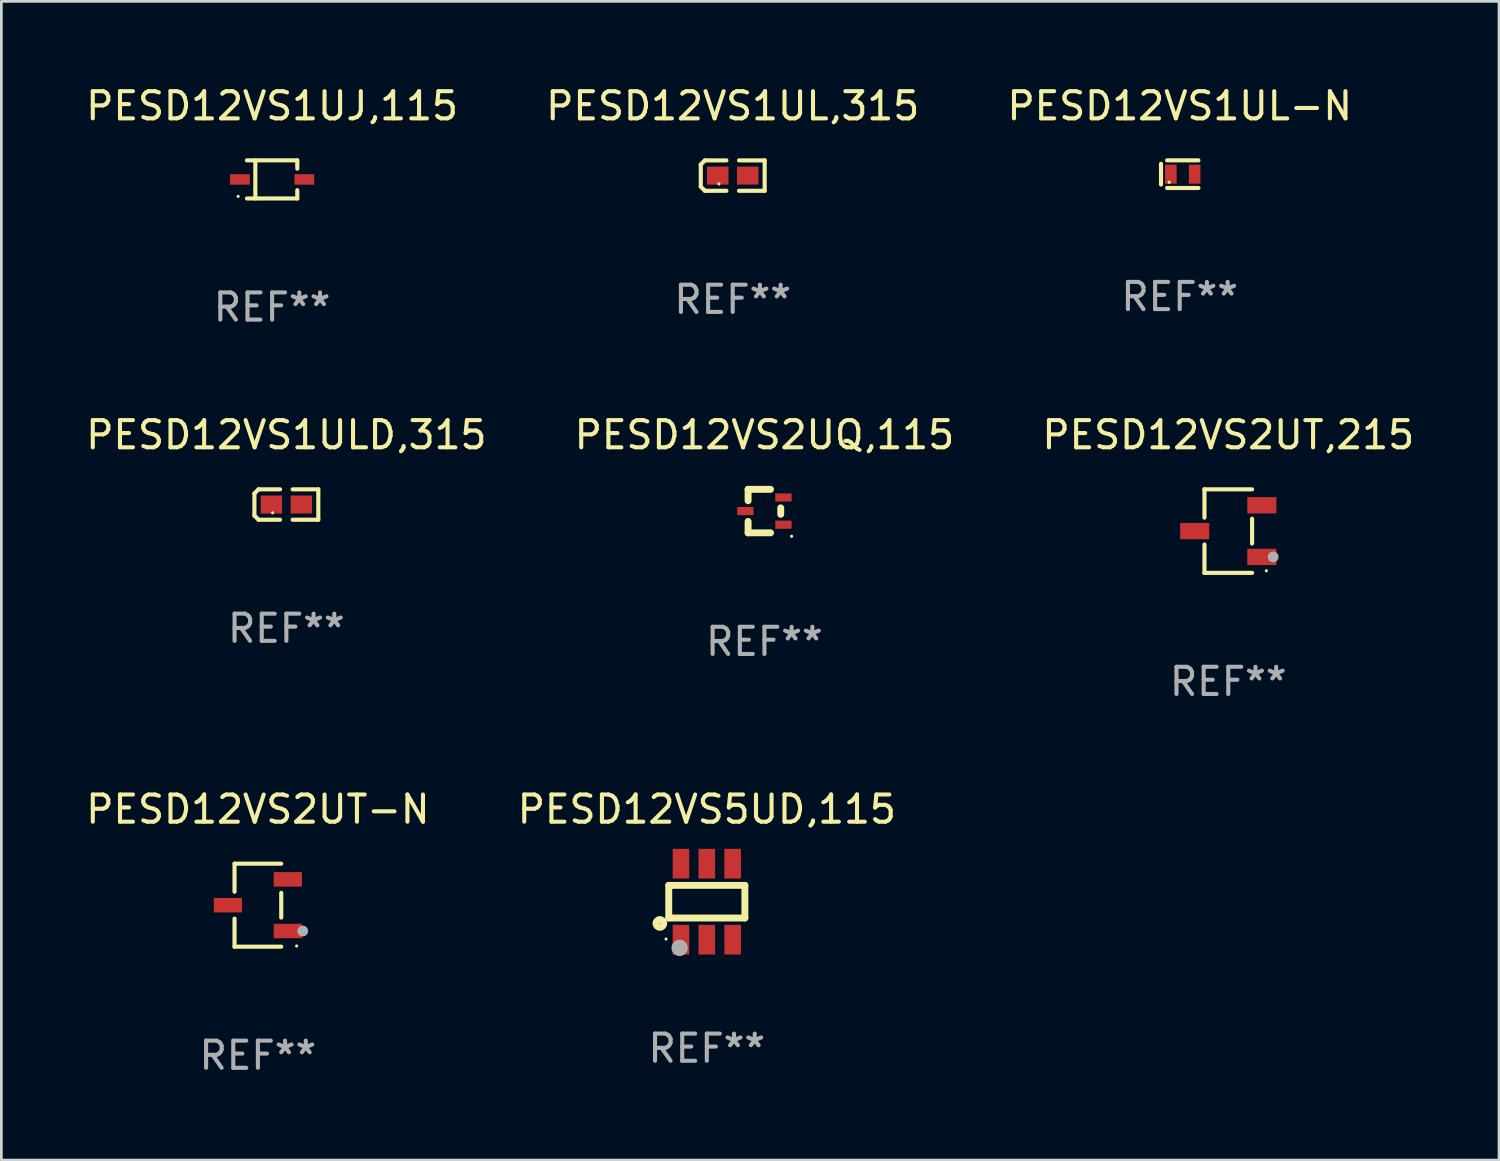
<source format=kicad_pcb>
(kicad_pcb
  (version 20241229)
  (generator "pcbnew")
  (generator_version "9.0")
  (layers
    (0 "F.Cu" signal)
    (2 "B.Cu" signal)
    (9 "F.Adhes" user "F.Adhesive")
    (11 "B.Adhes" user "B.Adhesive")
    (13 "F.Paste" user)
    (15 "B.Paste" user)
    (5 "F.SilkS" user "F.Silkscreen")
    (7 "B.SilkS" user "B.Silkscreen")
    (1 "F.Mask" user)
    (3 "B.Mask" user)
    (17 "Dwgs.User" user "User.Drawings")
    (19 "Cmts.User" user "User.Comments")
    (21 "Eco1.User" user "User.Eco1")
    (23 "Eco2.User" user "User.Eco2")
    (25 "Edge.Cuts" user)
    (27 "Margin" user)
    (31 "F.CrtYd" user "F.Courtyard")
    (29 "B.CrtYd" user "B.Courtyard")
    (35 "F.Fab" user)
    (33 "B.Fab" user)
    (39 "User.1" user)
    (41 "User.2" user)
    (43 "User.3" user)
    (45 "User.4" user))
  (footprint "PESD12VS5UD,115"
    (layer "F.Cu")
    (at 22.946 30.113)
    (property "Reference" "PESD12VS5UD,115" (at 0 -3.397 0) (layer "F.SilkS") (effects (font (size 1 1) (thickness 0.15))))
    (attr through_hole)
    (fp_line (start -1.4 -0.6) (end 1.4 -0.6) (stroke (width 0.254) (type solid)) (layer "F.SilkS"))
    (fp_line (start -1.4 0.6) (end -1.4 -0.6) (stroke (width 0.254) (type solid)) (layer "F.SilkS"))
    (fp_line (start -1.4 0.6) (end 1.4 0.6) (stroke (width 0.254) (type solid)) (layer "F.SilkS"))
    (fp_line (start 1.4 -0.6) (end 1.4 0.6) (stroke (width 0.254) (type solid)) (layer "F.SilkS"))
    (fp_circle (center -1.727 0.8) (end -1.585 0.8) (stroke (width 0.254) (type solid)) (fill no) (layer "F.SilkS"))
    (fp_circle (center -1.5 1.375) (end -1.47 1.375) (stroke (width 0.06) (type solid)) (fill no) (layer "F.SilkS"))
    (fp_circle (center -1 1.7) (end -0.85 1.7) (stroke (width 0.3) (type solid)) (fill no) (layer "F.Fab"))
    (fp_text user "REF**" (at 0 5.397 0) (layer "F.Fab") (effects (font (size 1 1) (thickness 0.15))))
    (pad "1" smd rect (at -0.95 1.397 180) (size 0.61 1.092) (layers "F.Cu" "F.Mask" "F.Paste"))
    (pad "2" smd rect (at 0 1.397 180) (size 0.61 1.092) (layers "F.Cu" "F.Mask" "F.Paste"))
    (pad "3" smd rect (at 0.95 1.397 180) (size 0.61 1.092) (layers "F.Cu" "F.Mask" "F.Paste"))
    (pad "4" smd rect (at 0.95 -1.397 180) (size 0.61 1.092) (layers "F.Cu" "F.Mask" "F.Paste"))
    (pad "5" smd rect (at 0 -1.397 180) (size 0.61 1.092) (layers "F.Cu" "F.Mask" "F.Paste"))
    (pad "6" smd rect (at -0.95 -1.397 180) (size 0.61 1.092) (layers "F.Cu" "F.Mask" "F.Paste")))
  (footprint "PESD12VS1ULD,315"
    (layer "F.Cu")
    (at 7.482 15.506)
    (property "Reference" "PESD12VS1ULD,315" (at 0 -2.559 0) (layer "F.SilkS") (effects (font (size 1 1) (thickness 0.15))))
    (attr through_hole)
    (fp_line (start -1.175 -0.407) (end -1.023 -0.559) (stroke (width 0.152) (type solid)) (layer "F.SilkS"))
    (fp_line (start -1.175 0.407) (end -1.175 -0.407) (stroke (width 0.152) (type solid)) (layer "F.SilkS"))
    (fp_line (start -1.023 -0.559) (end -0.232 -0.559) (stroke (width 0.152) (type solid)) (layer "F.SilkS"))
    (fp_line (start -1.023 0.559) (end -1.175 0.407) (stroke (width 0.152) (type solid)) (layer "F.SilkS"))
    (fp_line (start -0.232 0.559) (end -1.023 0.559) (stroke (width 0.152) (type solid)) (layer "F.SilkS"))
    (fp_line (start 0.232 0.559) (end 1.175 0.559) (stroke (width 0.152) (type solid)) (layer "F.SilkS"))
    (fp_line (start 1.175 -0.559) (end 0.232 -0.559) (stroke (width 0.152) (type solid)) (layer "F.SilkS"))
    (fp_line (start 1.175 0.559) (end 1.175 -0.559) (stroke (width 0.152) (type solid)) (layer "F.SilkS"))
    (fp_circle (center -0.506 0.306) (end -0.476 0.306) (stroke (width 0.06) (type solid)) (fill no) (layer "F.SilkS"))
    (fp_text user "REF**" (at 0 4.559 0) (layer "F.Fab") (effects (font (size 1 1) (thickness 0.15))))
    (pad "1" smd rect (at -0.551 0) (size 0.79 0.661) (layers "F.Cu" "F.Mask" "F.Paste"))
    (pad "2" smd rect (at 0.551 0) (size 0.79 0.661) (layers "F.Cu" "F.Mask" "F.Paste")))
  (footprint "PESD12VS2UQ,115"
    (layer "F.Cu")
    (at 25.065 15.747)
    (property "Reference" "PESD12VS2UQ,115" (at 0 -2.8 0) (layer "F.SilkS") (effects (font (size 1 1) (thickness 0.15))))
    (attr through_hole)
    (fp_line (start -0.6 -0.8) (end -0.6 -0.381) (stroke (width 0.254) (type solid)) (layer "F.SilkS"))
    (fp_line (start -0.6 -0.8) (end 0.225 -0.8) (stroke (width 0.254) (type solid)) (layer "F.SilkS"))
    (fp_line (start -0.6 0.381) (end -0.6 0.8) (stroke (width 0.254) (type solid)) (layer "F.SilkS"))
    (fp_line (start -0.6 0.8) (end 0.225 0.8) (stroke (width 0.254) (type solid)) (layer "F.SilkS"))
    (fp_line (start 0.6 -0.119) (end 0.6 0.119) (stroke (width 0.254) (type solid)) (layer "F.SilkS"))
    (fp_circle (center 1 0.927) (end 1.03 0.927) (stroke (width 0.06) (type solid)) (fill no) (layer "F.SilkS"))
    (fp_text user "REF**" (at 0 4.8 0) (layer "F.Fab") (effects (font (size 1 1) (thickness 0.15))))
    (pad "1" smd rect (at 0.7 0.5 180) (size 0.6 0.3) (layers "F.Cu" "F.Mask" "F.Paste"))
    (pad "2" smd rect (at 0.7 -0.5 180) (size 0.6 0.3) (layers "F.Cu" "F.Mask" "F.Paste"))
    (pad "3" smd rect (at -0.7 -0.000051 180) (size 0.6 0.3) (layers "F.Cu" "F.Mask" "F.Paste")))
  (footprint "PESD12VS1UJ,115"
    (layer "F.Cu")
    (at 6.958 3.549)
    (property "Reference" "PESD12VS1UJ,115" (at 0 -2.701 0) (layer "F.SilkS") (effects (font (size 1 1) (thickness 0.15))))
    (attr through_hole)
    (fp_line (start -0.926 -0.701) (end 0.926 -0.701) (stroke (width 0.152) (type solid)) (layer "F.SilkS"))
    (fp_line (start -0.926 0.701) (end 0.926 0.701) (stroke (width 0.152) (type solid)) (layer "F.SilkS"))
    (fp_line (start -0.617 -0.701) (end -0.617 0.701) (stroke (width 0.152) (type solid)) (layer "F.SilkS"))
    (fp_line (start 0.926 -0.701) (end 0.926 -0.396) (stroke (width 0.152) (type solid)) (layer "F.SilkS"))
    (fp_line (start 0.926 0.701) (end 0.926 0.396) (stroke (width 0.152) (type solid)) (layer "F.SilkS"))
    (fp_circle (center -1.25 0.625) (end -1.22 0.625) (stroke (width 0.06) (type solid)) (fill no) (layer "F.SilkS"))
    (fp_text user "REF**" (at 0 4.701 0) (layer "F.Fab") (effects (font (size 1 1) (thickness 0.15))))
    (pad "1" smd rect (at -1.185 0 180) (size 0.73 0.385) (layers "F.Cu" "F.Mask" "F.Paste"))
    (pad "2" smd rect (at 1.185 0 180) (size 0.73 0.385) (layers "F.Cu" "F.Mask" "F.Paste")))
  (footprint "PESD12VS1UL,315"
    (layer "F.Cu")
    (at 23.899 3.408)
    (property "Reference" "PESD12VS1UL,315" (at 0 -2.559 0) (layer "F.SilkS") (effects (font (size 1 1) (thickness 0.15))))
    (attr through_hole)
    (fp_line (start -1.175 -0.407) (end -1.023 -0.559) (stroke (width 0.152) (type solid)) (layer "F.SilkS"))
    (fp_line (start -1.175 0.407) (end -1.175 -0.407) (stroke (width 0.152) (type solid)) (layer "F.SilkS"))
    (fp_line (start -1.023 -0.559) (end -0.232 -0.559) (stroke (width 0.152) (type solid)) (layer "F.SilkS"))
    (fp_line (start -1.023 0.559) (end -1.175 0.407) (stroke (width 0.152) (type solid)) (layer "F.SilkS"))
    (fp_line (start -0.232 0.559) (end -1.023 0.559) (stroke (width 0.152) (type solid)) (layer "F.SilkS"))
    (fp_line (start 0.232 0.559) (end 1.175 0.559) (stroke (width 0.152) (type solid)) (layer "F.SilkS"))
    (fp_line (start 1.175 -0.559) (end 0.232 -0.559) (stroke (width 0.152) (type solid)) (layer "F.SilkS"))
    (fp_line (start 1.175 0.559) (end 1.175 -0.559) (stroke (width 0.152) (type solid)) (layer "F.SilkS"))
    (fp_circle (center -0.506 0.306) (end -0.476 0.306) (stroke (width 0.06) (type solid)) (fill no) (layer "F.SilkS"))
    (fp_text user "REF**" (at 0 4.559 0) (layer "F.Fab") (effects (font (size 1 1) (thickness 0.15))))
    (pad "1" smd rect (at -0.551 0) (size 0.79 0.661) (layers "F.Cu" "F.Mask" "F.Paste"))
    (pad "2" smd rect (at 0.551 0) (size 0.79 0.661) (layers "F.Cu" "F.Mask" "F.Paste")))
  (footprint "PESD12VS2UT-N"
    (layer "F.Cu")
    (at 6.435 30.242)
    (property "Reference" "PESD12VS2UT-N" (at 0 -3.526 0) (layer "F.SilkS") (effects (font (size 1 1) (thickness 0.15))))
    (attr through_hole)
    (fp_line (start -0.859 -1.526) (end -0.859 -0.495) (stroke (width 0.152) (type solid)) (layer "F.SilkS"))
    (fp_line (start -0.859 1.526) (end -0.859 0.495) (stroke (width 0.152) (type solid)) (layer "F.SilkS"))
    (fp_line (start 0.859 -1.526) (end -0.859 -1.526) (stroke (width 0.152) (type solid)) (layer "F.SilkS"))
    (fp_line (start 0.859 -0.455) (end 0.859 0.455) (stroke (width 0.152) (type solid)) (layer "F.SilkS"))
    (fp_line (start 0.859 1.526) (end -0.859 1.526) (stroke (width 0.152) (type solid)) (layer "F.SilkS"))
    (fp_circle (center 1.425 1.5) (end 1.455 1.5) (stroke (width 0.06) (type solid)) (fill no) (layer "F.SilkS"))
    (fp_circle (center 1.65 0.95) (end 1.75 0.95) (stroke (width 0.2) (type solid)) (fill no) (layer "F.Fab"))
    (fp_text user "REF**" (at 0 5.526 0) (layer "F.Fab") (effects (font (size 1 1) (thickness 0.15))))
    (pad "1" smd rect (at 1.101 0.95) (size 1.037 0.532) (layers "F.Cu" "F.Mask" "F.Paste"))
    (pad "2" smd rect (at 1.101 -0.95) (size 1.037 0.532) (layers "F.Cu" "F.Mask" "F.Paste"))
    (pad "3" smd rect (at -1.101 0) (size 1.037 0.532) (layers "F.Cu" "F.Mask" "F.Paste")))
  (footprint "PESD12VS2UT,215"
    (layer "F.Cu")
    (at 42.125 16.483)
    (property "Reference" "PESD12VS2UT,215" (at 0 -3.536 0) (layer "F.SilkS") (effects (font (size 1 1) (thickness 0.15))))
    (attr through_hole)
    (fp_line (start -0.876 -1.536) (end -0.876 -0.495) (stroke (width 0.152) (type solid)) (layer "F.SilkS"))
    (fp_line (start -0.876 1.536) (end -0.876 0.495) (stroke (width 0.152) (type solid)) (layer "F.SilkS"))
    (fp_line (start 0.876 -1.536) (end -0.876 -1.536) (stroke (width 0.152) (type solid)) (layer "F.SilkS"))
    (fp_line (start 0.876 -0.455) (end 0.876 0.455) (stroke (width 0.152) (type solid)) (layer "F.SilkS"))
    (fp_line (start 0.876 1.536) (end -0.876 1.536) (stroke (width 0.152) (type solid)) (layer "F.SilkS"))
    (fp_circle (center 1.4 1.46) (end 1.43 1.46) (stroke (width 0.06) (type solid)) (fill no) (layer "F.SilkS"))
    (fp_circle (center 1.651 0.95) (end 1.751 0.95) (stroke (width 0.2) (type solid)) (fill no) (layer "F.Fab"))
    (fp_text user "REF**" (at 0 5.536 0) (layer "F.Fab") (effects (font (size 1 1) (thickness 0.15))))
    (pad "1" smd rect (at 1.235 0.95) (size 1.07 0.6) (layers "F.Cu" "F.Mask" "F.Paste"))
    (pad "2" smd rect (at 1.235 -0.95) (size 1.07 0.6) (layers "F.Cu" "F.Mask" "F.Paste"))
    (pad "3" smd rect (at -1.235 0) (size 1.07 0.6) (layers "F.Cu" "F.Mask" "F.Paste")))
  (footprint "PESD12VS1UL-N"
    (layer "F.Cu")
    (at 40.339 3.356)
    (property "Reference" "PESD12VS1UL-N" (at 0 -2.508 0) (layer "F.SilkS") (effects (font (size 1 1) (thickness 0.15))))
    (attr through_hole)
    (fp_line (start -0.688 -0.381) (end -0.688 0.381) (stroke (width 0.152) (type solid)) (layer "F.SilkS"))
    (fp_line (start -0.464 -0.508) (end 0.688 -0.508) (stroke (width 0.152) (type solid)) (layer "F.SilkS"))
    (fp_line (start -0.464 0.508) (end 0.688 0.508) (stroke (width 0.152) (type solid)) (layer "F.SilkS"))
    (fp_circle (center -0.388 0.3) (end -0.358 0.3) (stroke (width 0.06) (type solid)) (fill no) (layer "F.SilkS"))
    (fp_text user "REF**" (at 0 4.508 0) (layer "F.Fab") (effects (font (size 1 1) (thickness 0.15))))
    (pad "1" smd rect (at -0.325 0) (size 0.425 0.7) (layers "F.Cu" "F.Mask" "F.Paste"))
    (pad "2" smd rect (at 0.549 0) (size 0.425 0.7) (layers "F.Cu" "F.Mask" "F.Paste")))
  (gr_rect
    (start -3 -3)
    (end 52.083 39.617)
    (stroke (width 0.1) (type default))
    (fill no)
    (layer "Edge.Cuts")))
</source>
